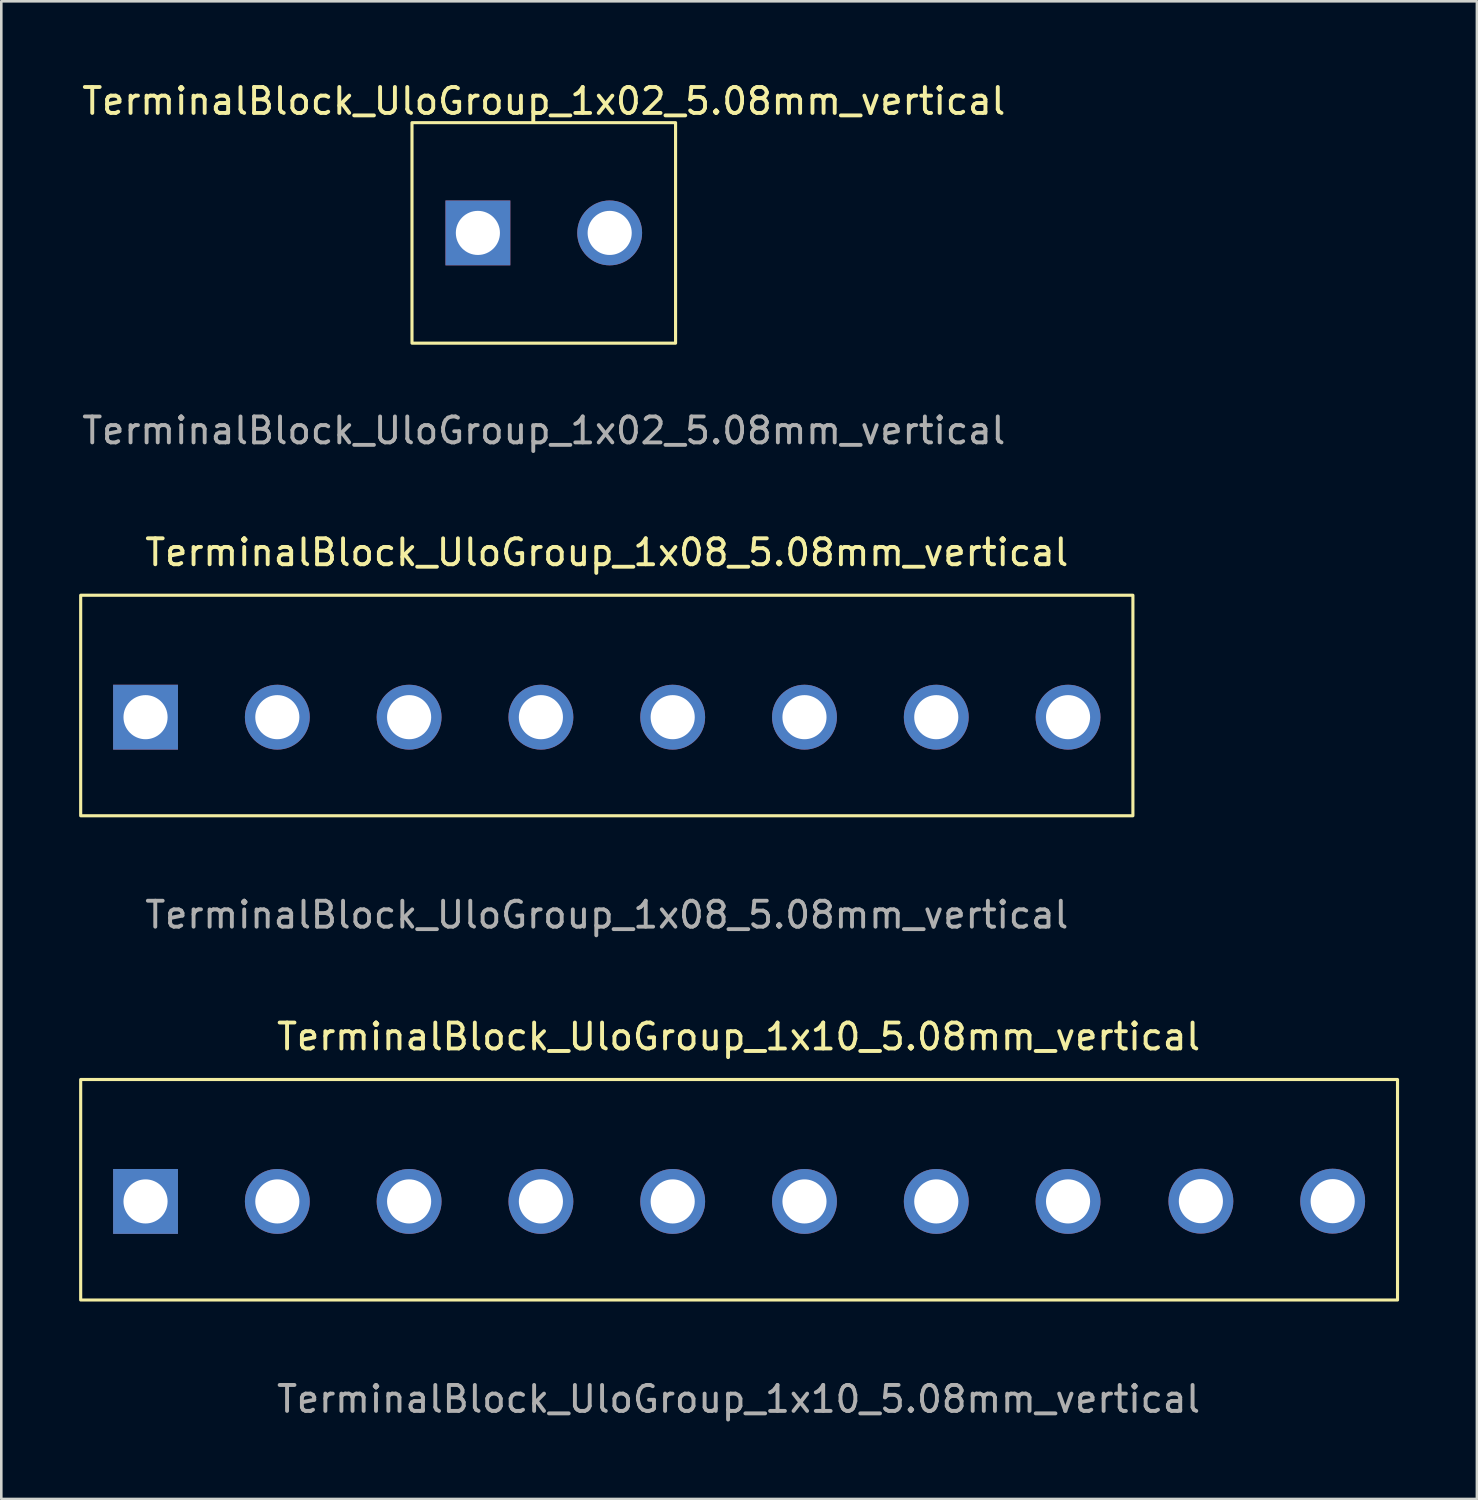
<source format=kicad_pcb>
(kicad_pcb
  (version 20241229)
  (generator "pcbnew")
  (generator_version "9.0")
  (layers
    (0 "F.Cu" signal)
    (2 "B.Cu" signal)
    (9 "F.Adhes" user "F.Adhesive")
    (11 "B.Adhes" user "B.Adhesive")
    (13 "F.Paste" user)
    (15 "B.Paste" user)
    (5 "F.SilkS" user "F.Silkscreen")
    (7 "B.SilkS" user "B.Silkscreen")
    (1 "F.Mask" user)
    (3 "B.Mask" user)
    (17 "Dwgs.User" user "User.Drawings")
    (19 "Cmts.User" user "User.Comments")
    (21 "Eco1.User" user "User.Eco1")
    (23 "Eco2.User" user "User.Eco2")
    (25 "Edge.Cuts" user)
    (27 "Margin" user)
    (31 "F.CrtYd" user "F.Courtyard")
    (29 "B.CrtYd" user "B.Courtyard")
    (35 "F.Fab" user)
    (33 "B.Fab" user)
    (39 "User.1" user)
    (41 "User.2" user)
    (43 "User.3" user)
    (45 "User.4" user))
  (footprint "TerminalBlock_UloGroup_1x02_5.08mm_vertical"
    (layer "F.Cu")
    (at 17.911 5.928)
    (property "Reference" "TerminalBlock_UloGroup_1x02_5.08mm_vertical" (at 0 -5.08 0) (unlocked yes) (layer "F.SilkS") (effects (font (size 1 1) (thickness 0.15))))
    (attr through_hole)
    (fp_rect (start -5.08 -4.25) (end 5.08 4.25) (stroke (width 0.12) (type solid)) (fill no) (layer "F.SilkS"))
    (fp_text user "${REFERENCE}" (at 0 7.62 0) (unlocked yes) (layer "F.Fab") (effects (font (size 1 1) (thickness 0.15))))
    (pad "1" thru_hole rect (at -2.54 0) (size 2.5 2.5) (drill 1.7) (layers "*.Cu" "*.Mask"))
    (pad "2" thru_hole circle (at 2.54 0) (size 2.5 2.5) (drill 1.7) (layers "*.Cu" "*.Mask")))
  (footprint "TerminalBlock_UloGroup_1x10_5.08mm_vertical"
    (layer "F.Cu")
    (at 25.42 43.261)
    (property "Reference" "TerminalBlock_UloGroup_1x10_5.08mm_vertical" (at 0 -6.35 0) (unlocked yes) (layer "F.SilkS") (effects (font (size 1 1) (thickness 0.15))))
    (attr through_hole)
    (fp_rect (start -25.36 -4.7) (end 25.4 3.8) (stroke (width 0.12) (type solid)) (fill no) (layer "F.SilkS"))
    (fp_text user "${REFERENCE}" (at 0 7.62 0) (unlocked yes) (layer "F.Fab") (effects (font (size 1 1) (thickness 0.15))))
    (pad "1" thru_hole rect (at -22.86 0) (size 2.5 2.5) (drill 1.7) (layers "*.Cu" "*.Mask"))
    (pad "2" thru_hole circle (at -17.78 0) (size 2.5 2.5) (drill 1.7) (layers "*.Cu" "*.Mask"))
    (pad "3" thru_hole circle (at -12.7 0) (size 2.5 2.5) (drill 1.7) (layers "*.Cu" "*.Mask"))
    (pad "4" thru_hole circle (at -7.62 0) (size 2.5 2.5) (drill 1.7) (layers "*.Cu" "*.Mask"))
    (pad "5" thru_hole circle (at -2.54 0) (size 2.5 2.5) (drill 1.7) (layers "*.Cu" "*.Mask"))
    (pad "6" thru_hole circle (at 2.54 0) (size 2.5 2.5) (drill 1.7) (layers "*.Cu" "*.Mask"))
    (pad "7" thru_hole circle (at 7.62 0) (size 2.5 2.5) (drill 1.7) (layers "*.Cu" "*.Mask"))
    (pad "8" thru_hole circle (at 12.7 0) (size 2.5 2.5) (drill 1.7) (layers "*.Cu" "*.Mask"))
    (pad "9" thru_hole circle (at 17.82 -0.01) (size 2.5 2.5) (drill 1.7) (layers "*.Cu" "*.Mask"))
    (pad "10" thru_hole circle (at 22.9 -0.01) (size 2.5 2.5) (drill 1.7) (layers "*.Cu" "*.Mask")))
  (footprint "TerminalBlock_UloGroup_1x08_5.08mm_vertical"
    (layer "F.Cu")
    (at 20.34 24.595)
    (property "Reference" "TerminalBlock_UloGroup_1x08_5.08mm_vertical" (at 0 -6.35 0) (unlocked yes) (layer "F.SilkS") (effects (font (size 1 1) (thickness 0.15))))
    (attr through_hole)
    (fp_rect (start -20.28 -4.7) (end 20.28 3.8) (stroke (width 0.12) (type solid)) (fill no) (layer "F.SilkS"))
    (fp_text user "${REFERENCE}" (at 0 7.62 0) (unlocked yes) (layer "F.Fab") (effects (font (size 1 1) (thickness 0.15))))
    (pad "1" thru_hole rect (at -17.78 0) (size 2.5 2.5) (drill 1.7) (layers "*.Cu" "*.Mask"))
    (pad "2" thru_hole circle (at -12.7 0) (size 2.5 2.5) (drill 1.7) (layers "*.Cu" "*.Mask"))
    (pad "3" thru_hole circle (at -7.62 0) (size 2.5 2.5) (drill 1.7) (layers "*.Cu" "*.Mask"))
    (pad "4" thru_hole circle (at -2.54 0) (size 2.5 2.5) (drill 1.7) (layers "*.Cu" "*.Mask"))
    (pad "5" thru_hole circle (at 2.54 0) (size 2.5 2.5) (drill 1.7) (layers "*.Cu" "*.Mask"))
    (pad "6" thru_hole circle (at 7.62 0) (size 2.5 2.5) (drill 1.7) (layers "*.Cu" "*.Mask"))
    (pad "7" thru_hole circle (at 12.7 0) (size 2.5 2.5) (drill 1.7) (layers "*.Cu" "*.Mask"))
    (pad "8" thru_hole circle (at 17.78 0) (size 2.5 2.5) (drill 1.7) (layers "*.Cu" "*.Mask")))
  (gr_rect
    (start -3 -3)
    (end 53.88 54.73)
    (stroke (width 0.1) (type default))
    (fill no)
    (layer "Edge.Cuts")))
</source>
